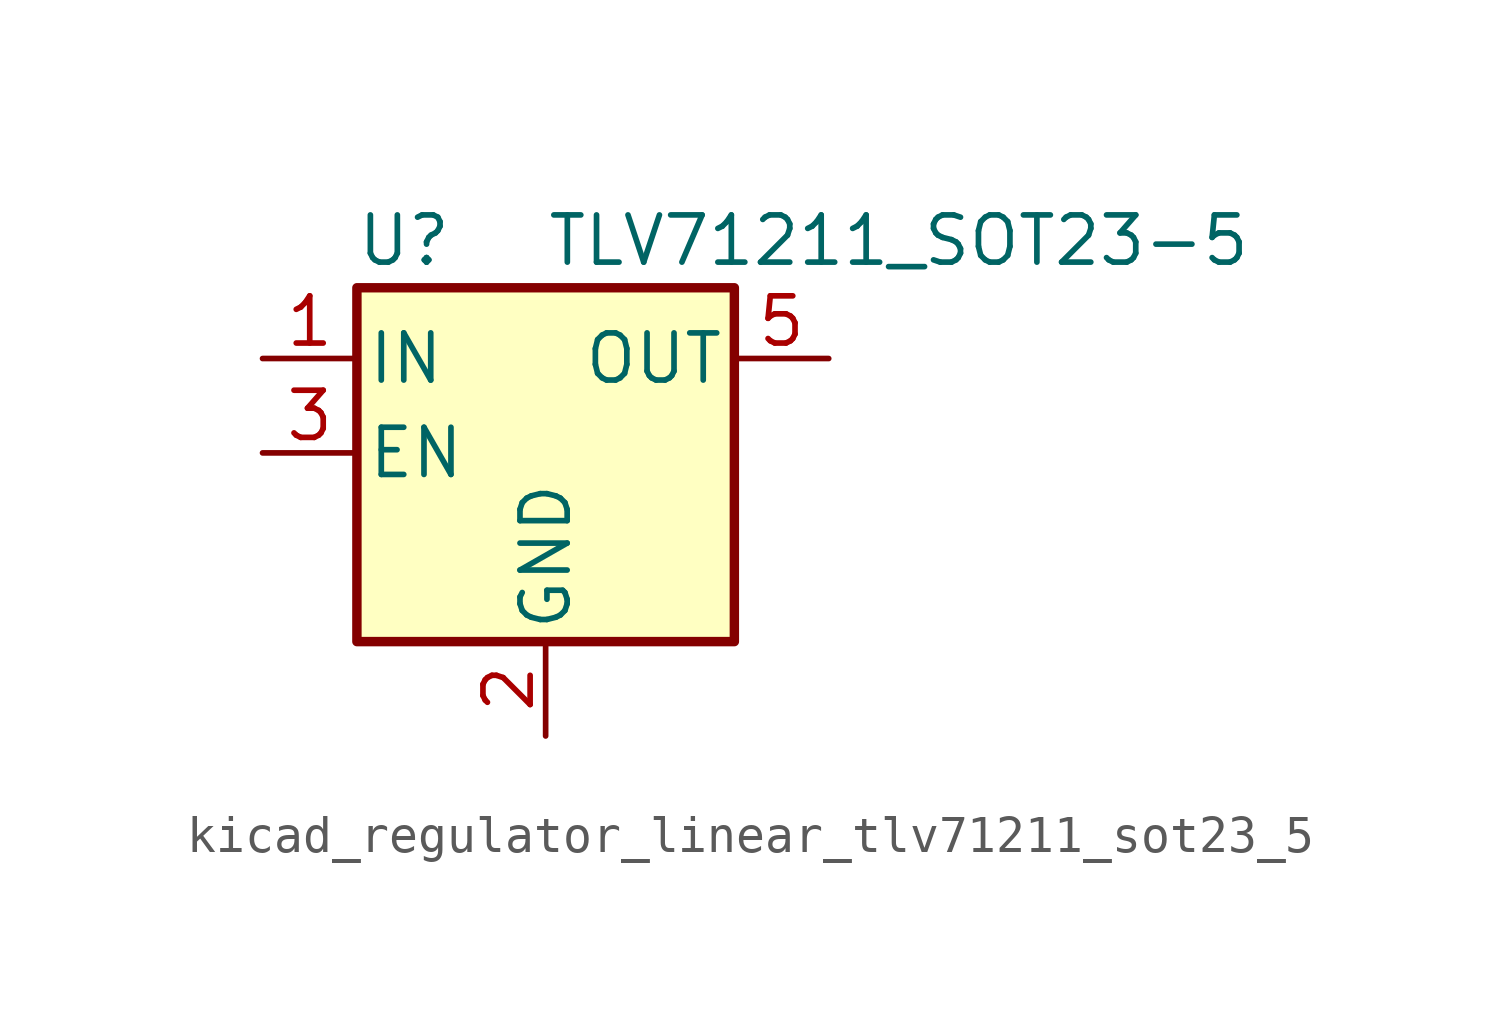
<source format=kicad_sym>
(kicad_symbol_lib
  (version 20220914)
  (generator kicad_symbol_editor)
  (symbol "kicad_regulator_linear_tlv71211_sot23_5"
    (pin_names
      (offset 0.254))
    (property "Reference" "U"
      (at -3.81 5.715 0)
      (effects (font (size 1.27 1.27))))
    (property "Value" "TLV71211_SOT23-5"
      (at 0 5.715 0)
      (effects (font (size 1.27 1.27)) (justify left)))
    (symbol "kicad_regulator_linear_tlv71211_sot23_5_0_1"
      (rectangle (start -5.08 4.445) (end 5.08 -5.08) (stroke (width 0.254) (type default)) (fill (type background))))
    (symbol "kicad_regulator_linear_tlv71211_sot23_5_1_1"
      (pin power_in line (at -7.62 2.54 0) (length 2.54) (name "IN" (effects (font (size 1.27 1.27)))) (number "1" (effects (font (size 1.27 1.27)))))
      (pin power_in line (at 0 -7.62 90) (length 2.54) (name "GND" (effects (font (size 1.27 1.27)))) (number "2" (effects (font (size 1.27 1.27)))))
      (pin input line (at -7.62 0 0) (length 2.54) (name "EN" (effects (font (size 1.27 1.27)))) (number "3" (effects (font (size 1.27 1.27)))))
      (pin no_connect line (at 5.08 0 180) (length 2.54) hide (name "NC" (effects (font (size 1.27 1.27)))) (number "4" (effects (font (size 1.27 1.27)))))
      (pin power_out line (at 7.62 2.54 180) (length 2.54) (name "OUT" (effects (font (size 1.27 1.27)))) (number "5" (effects (font (size 1.27 1.27))))))))
</source>
